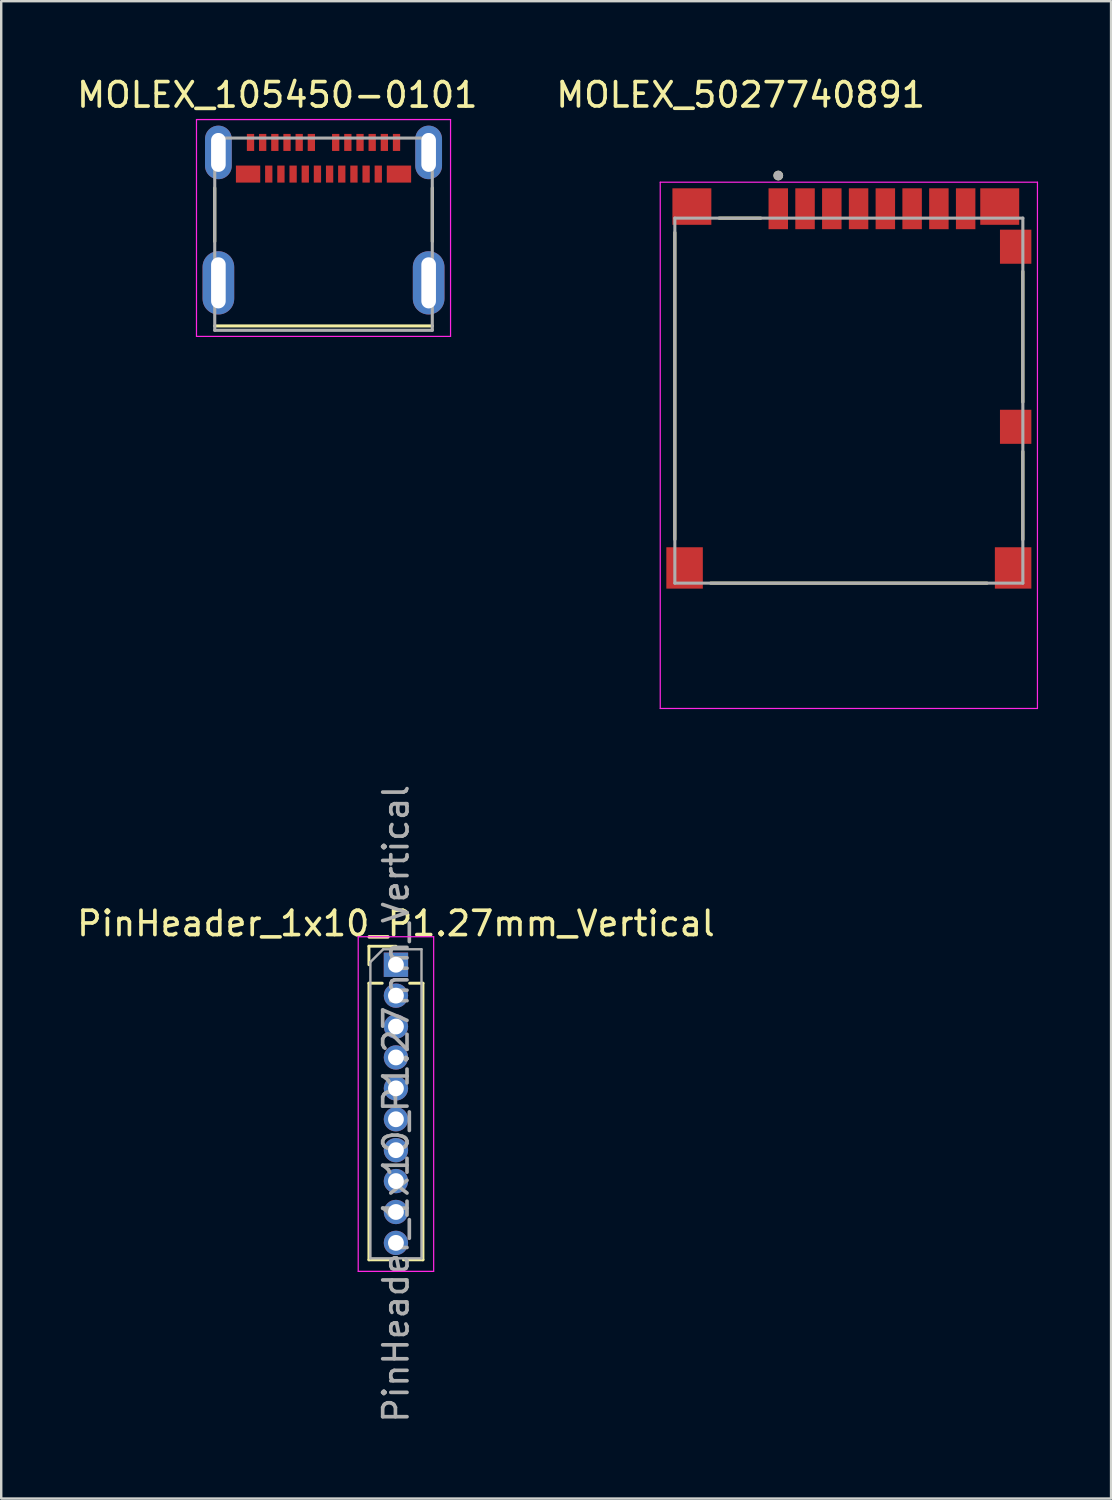
<source format=kicad_pcb>
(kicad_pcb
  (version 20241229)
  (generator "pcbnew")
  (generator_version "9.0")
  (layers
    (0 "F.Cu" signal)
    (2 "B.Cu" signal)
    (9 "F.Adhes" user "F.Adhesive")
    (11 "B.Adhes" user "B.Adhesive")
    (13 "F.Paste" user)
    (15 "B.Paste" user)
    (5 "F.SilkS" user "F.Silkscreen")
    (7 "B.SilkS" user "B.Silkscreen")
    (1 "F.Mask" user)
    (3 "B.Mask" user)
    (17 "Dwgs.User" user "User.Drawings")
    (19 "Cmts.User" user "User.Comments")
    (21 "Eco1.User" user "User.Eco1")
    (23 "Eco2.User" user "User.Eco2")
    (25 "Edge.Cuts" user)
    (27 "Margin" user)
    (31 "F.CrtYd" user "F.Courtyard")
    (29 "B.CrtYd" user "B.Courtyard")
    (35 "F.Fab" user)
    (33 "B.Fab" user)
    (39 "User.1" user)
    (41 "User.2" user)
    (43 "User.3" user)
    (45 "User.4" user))
  (footprint "MOLEX_105450-0101"
    (layer "F.Cu")
    (at 10.244 6.573)
    (property "Reference" "MOLEX_105450-0101" (at -1.899 -5.723 0) (layer "F.SilkS") (effects (font (size 1.004 1.004) (thickness 0.15))))
    (attr smd)
    (fp_line (start -4.47 0.3) (end -4.47 -1.9) (stroke (width 0.127) (type solid)) (layer "F.SilkS"))
    (fp_line (start -4.47 3.77) (end 4.47 3.77) (stroke (width 0.127) (type solid)) (layer "F.SilkS"))
    (fp_line (start 4.47 0.3) (end 4.47 -1.9) (stroke (width 0.127) (type solid)) (layer "F.SilkS"))
    (fp_line (start -5.22 -4.71) (end 5.22 -4.71) (stroke (width 0.05) (type solid)) (layer "F.CrtYd"))
    (fp_line (start -5.22 4.2) (end -5.22 -4.71) (stroke (width 0.05) (type solid)) (layer "F.CrtYd"))
    (fp_line (start 5.22 -4.71) (end 5.22 4.2) (stroke (width 0.05) (type solid)) (layer "F.CrtYd"))
    (fp_line (start 5.22 4.2) (end -5.22 4.2) (stroke (width 0.05) (type solid)) (layer "F.CrtYd"))
    (fp_line (start -4.47 -3.95) (end -4.47 3.95) (stroke (width 0.127) (type solid)) (layer "F.Fab"))
    (fp_line (start -4.47 3.95) (end 4.47 3.95) (stroke (width 0.127) (type solid)) (layer "F.Fab"))
    (fp_line (start 4.47 -3.95) (end -4.47 -3.95) (stroke (width 0.127) (type solid)) (layer "F.Fab"))
    (fp_line (start 4.47 3.95) (end 4.47 -3.95) (stroke (width 0.127) (type solid)) (layer "F.Fab"))
    (pad "A1" smd rect (at -3 -3.77) (size 0.3 0.7) (layers "F.Cu" "F.Mask" "F.Paste"))
    (pad "A2" smd rect (at -2.5 -3.77) (size 0.3 0.7) (layers "F.Cu" "F.Mask" "F.Paste"))
    (pad "A3" smd rect (at -2 -3.77) (size 0.3 0.7) (layers "F.Cu" "F.Mask" "F.Paste"))
    (pad "A4" smd rect (at -1.5 -3.77) (size 0.3 0.7) (layers "F.Cu" "F.Mask" "F.Paste"))
    (pad "A5" smd rect (at -1 -3.77) (size 0.3 0.7) (layers "F.Cu" "F.Mask" "F.Paste"))
    (pad "A6" smd rect (at -0.5 -3.77) (size 0.3 0.7) (layers "F.Cu" "F.Mask" "F.Paste"))
    (pad "A7" smd rect (at 0.5 -3.77) (size 0.3 0.7) (layers "F.Cu" "F.Mask" "F.Paste"))
    (pad "A8" smd rect (at 1 -3.77) (size 0.3 0.7) (layers "F.Cu" "F.Mask" "F.Paste"))
    (pad "A9" smd rect (at 1.5 -3.77) (size 0.3 0.7) (layers "F.Cu" "F.Mask" "F.Paste"))
    (pad "A10" smd rect (at 2 -3.77) (size 0.3 0.7) (layers "F.Cu" "F.Mask" "F.Paste"))
    (pad "A11" smd rect (at 2.5 -3.77) (size 0.3 0.7) (layers "F.Cu" "F.Mask" "F.Paste"))
    (pad "A12" smd rect (at 3 -3.77) (size 0.3 0.7) (layers "F.Cu" "F.Mask" "F.Paste"))
    (pad "B1" smd rect (at 3.1 -2.47) (size 1 0.7) (layers "F.Cu" "F.Mask" "F.Paste"))
    (pad "B2" smd rect (at 2.25 -2.47) (size 0.3 0.7) (layers "F.Cu" "F.Mask" "F.Paste"))
    (pad "B3" smd rect (at 1.75 -2.47) (size 0.3 0.7) (layers "F.Cu" "F.Mask" "F.Paste"))
    (pad "B4" smd rect (at 1.25 -2.47) (size 0.3 0.7) (layers "F.Cu" "F.Mask" "F.Paste"))
    (pad "B5" smd rect (at 0.75 -2.47) (size 0.3 0.7) (layers "F.Cu" "F.Mask" "F.Paste"))
    (pad "B6" smd rect (at 0.25 -2.47) (size 0.3 0.7) (layers "F.Cu" "F.Mask" "F.Paste"))
    (pad "B7" smd rect (at -0.25 -2.47) (size 0.3 0.7) (layers "F.Cu" "F.Mask" "F.Paste"))
    (pad "B8" smd rect (at -0.75 -2.47) (size 0.3 0.7) (layers "F.Cu" "F.Mask" "F.Paste"))
    (pad "B9" smd rect (at -1.25 -2.47) (size 0.3 0.7) (layers "F.Cu" "F.Mask" "F.Paste"))
    (pad "B10" smd rect (at -1.75 -2.47) (size 0.3 0.7) (layers "F.Cu" "F.Mask" "F.Paste"))
    (pad "B11" smd rect (at -2.25 -2.47) (size 0.3 0.7) (layers "F.Cu" "F.Mask" "F.Paste"))
    (pad "B12" smd rect (at -3.1 -2.47) (size 1 0.7) (layers "F.Cu" "F.Mask" "F.Paste"))
    (pad "S1" thru_hole oval (at -4.32 -3.36) (size 1.1 2.2) (drill oval 0.6 1.6) (layers "*.Cu" "*.Mask"))
    (pad "S2" thru_hole oval (at 4.32 -3.36) (size 1.1 2.2) (drill oval 0.6 1.6) (layers "*.Cu" "*.Mask"))
    (pad "S3" thru_hole oval (at -4.32 2) (size 1.3 2.6) (drill oval 0.6 2.1) (layers "*.Cu" "*.Mask"))
    (pad "S4" thru_hole oval (at 4.32 2) (size 1.3 2.6) (drill oval 0.6 2.1) (layers "*.Cu" "*.Mask"))
    (zone (net_name "") (layer "F.Cu") (hatch full 0.508) (connect_pads) (min_thickness 0.01) (filled_areas_thickness no) (keepout (tracks not_allowed) (vias not_allowed) (pads not_allowed) (copperpour not_allowed) (footprints allowed)) (placement (enabled no)) (fill) (polygon (pts (xy 6.743 4.693) (xy 13.744 4.693) (xy 13.744 10.344) (xy 6.743 10.344))))
    (zone (net_name "") (layers "F.Cu" "B.Cu") (hatch full 0.508) (connect_pads) (min_thickness 0.01) (filled_areas_thickness no) (keepout (tracks allowed) (vias not_allowed) (pads allowed) (copperpour allowed) (footprints allowed)) (placement (enabled no)) (fill) (polygon (pts (xy 6.741 4.693) (xy 13.744 4.693) (xy 13.744 10.346) (xy 6.741 10.346)))))
  (footprint "MOLEX_5027740891"
    (layer "F.Cu")
    (at 31.831 12.913)
    (property "Reference" "MOLEX_5027740891" (at -4.445 -12.065 0) (layer "F.SilkS") (effects (font (size 1 1) (thickness 0.15))))
    (attr smd)
    (fp_line (start -7.15 -6.41) (end -7.15 6.205) (stroke (width 0.127) (type solid)) (layer "F.SilkS"))
    (fp_line (start -5.68 8) (end 5.68 8) (stroke (width 0.127) (type solid)) (layer "F.SilkS"))
    (fp_line (start -5.33 -7) (end -3.62 -7) (stroke (width 0.127) (type solid)) (layer "F.SilkS"))
    (fp_line (start 7.15 0.56) (end 7.15 -4.81) (stroke (width 0.127) (type solid)) (layer "F.SilkS"))
    (fp_line (start 7.15 2.59) (end 7.15 6.21) (stroke (width 0.127) (type solid)) (layer "F.SilkS"))
    (fp_circle (center -2.9 -8.75) (end -2.8 -8.75) (stroke (width 0.2) (type solid)) (fill no) (layer "F.SilkS"))
    (fp_line (start -7.75 -8.475) (end -7.75 13.15) (stroke (width 0.05) (type solid)) (layer "F.CrtYd"))
    (fp_line (start -7.75 13.15) (end 7.75 13.15) (stroke (width 0.05) (type solid)) (layer "F.CrtYd"))
    (fp_line (start 7.75 -8.475) (end -7.75 -8.475) (stroke (width 0.05) (type solid)) (layer "F.CrtYd"))
    (fp_line (start 7.75 13.15) (end 7.75 -8.475) (stroke (width 0.05) (type solid)) (layer "F.CrtYd"))
    (fp_line (start -7.15 -7) (end 7.15 -7) (stroke (width 0.127) (type solid)) (layer "F.Fab"))
    (fp_line (start -7.15 8) (end -7.15 -7) (stroke (width 0.127) (type solid)) (layer "F.Fab"))
    (fp_line (start 7.15 -7) (end 7.15 8) (stroke (width 0.127) (type solid)) (layer "F.Fab"))
    (fp_line (start 7.15 8) (end -7.15 8) (stroke (width 0.127) (type solid)) (layer "F.Fab"))
    (fp_circle (center -2.9 -8.75) (end -2.8 -8.75) (stroke (width 0.2) (type solid)) (fill no) (layer "F.Fab"))
    (pad "1" smd rect (at -2.9 -7.385) (size 0.8 1.68) (layers "F.Cu" "F.Mask" "F.Paste"))
    (pad "2" smd rect (at -1.8 -7.385) (size 0.8 1.68) (layers "F.Cu" "F.Mask" "F.Paste"))
    (pad "3" smd rect (at -0.7 -7.385) (size 0.8 1.68) (layers "F.Cu" "F.Mask" "F.Paste"))
    (pad "4" smd rect (at 0.4 -7.385) (size 0.8 1.68) (layers "F.Cu" "F.Mask" "F.Paste"))
    (pad "5" smd rect (at 1.5 -7.385) (size 0.8 1.68) (layers "F.Cu" "F.Mask" "F.Paste"))
    (pad "6" smd rect (at 2.6 -7.385) (size 0.8 1.68) (layers "F.Cu" "F.Mask" "F.Paste"))
    (pad "7" smd rect (at 3.7 -7.385) (size 0.8 1.68) (layers "F.Cu" "F.Mask" "F.Paste"))
    (pad "8" smd rect (at 4.8 -7.385) (size 0.8 1.68) (layers "F.Cu" "F.Mask" "F.Paste"))
    (pad "DN" smd rect (at 6.855 -5.825) (size 1.29 1.4) (layers "F.Cu" "F.Mask" "F.Paste"))
    (pad "SH1" smd rect (at -6.75 7.375) (size 1.5 1.7) (layers "F.Cu" "F.Mask" "F.Paste"))
    (pad "SH2" smd rect (at 6.75 7.375) (size 1.5 1.7) (layers "F.Cu" "F.Mask" "F.Paste"))
    (pad "SH3" smd rect (at 6.2 -7.475) (size 1.6 1.5) (layers "F.Cu" "F.Mask" "F.Paste"))
    (pad "SH4" smd rect (at -6.45 -7.475) (size 1.6 1.5) (layers "F.Cu" "F.Mask" "F.Paste"))
    (pad "SN" smd rect (at 6.855 1.575) (size 1.29 1.4) (layers "F.Cu" "F.Mask" "F.Paste")))
  (footprint "PinHeader_1x10_P1.27mm_Vertical"
    (layer "F.Cu")
    (at 13.22 36.593)
    (property "Reference" "PinHeader_1x10_P1.27mm_Vertical" (at 0 -1.695 0) (layer "F.SilkS") (effects (font (size 1 1) (thickness 0.15))))
    (attr through_hole)
    (fp_line (start -1.11 -0.76) (end 0 -0.76) (stroke (width 0.12) (type solid)) (layer "F.SilkS"))
    (fp_line (start -1.11 0) (end -1.11 -0.76) (stroke (width 0.12) (type solid)) (layer "F.SilkS"))
    (fp_line (start -1.11 0.76) (end -1.11 12.125) (stroke (width 0.12) (type solid)) (layer "F.SilkS"))
    (fp_line (start -1.11 0.76) (end -0.563 0.76) (stroke (width 0.12) (type solid)) (layer "F.SilkS"))
    (fp_line (start -1.11 12.125) (end -0.308 12.125) (stroke (width 0.12) (type solid)) (layer "F.SilkS"))
    (fp_line (start 0.308 12.125) (end 1.11 12.125) (stroke (width 0.12) (type solid)) (layer "F.SilkS"))
    (fp_line (start 0.563 0.76) (end 1.11 0.76) (stroke (width 0.12) (type solid)) (layer "F.SilkS"))
    (fp_line (start 1.11 0.76) (end 1.11 12.125) (stroke (width 0.12) (type solid)) (layer "F.SilkS"))
    (fp_line (start -1.55 -1.15) (end -1.55 12.6) (stroke (width 0.05) (type solid)) (layer "F.CrtYd"))
    (fp_line (start -1.55 12.6) (end 1.55 12.6) (stroke (width 0.05) (type solid)) (layer "F.CrtYd"))
    (fp_line (start 1.55 -1.15) (end -1.55 -1.15) (stroke (width 0.05) (type solid)) (layer "F.CrtYd"))
    (fp_line (start 1.55 12.6) (end 1.55 -1.15) (stroke (width 0.05) (type solid)) (layer "F.CrtYd"))
    (fp_line (start -1.05 -0.11) (end -0.525 -0.635) (stroke (width 0.1) (type solid)) (layer "F.Fab"))
    (fp_line (start -1.05 12.065) (end -1.05 -0.11) (stroke (width 0.1) (type solid)) (layer "F.Fab"))
    (fp_line (start -0.525 -0.635) (end 1.05 -0.635) (stroke (width 0.1) (type solid)) (layer "F.Fab"))
    (fp_line (start 1.05 -0.635) (end 1.05 12.065) (stroke (width 0.1) (type solid)) (layer "F.Fab"))
    (fp_line (start 1.05 12.065) (end -1.05 12.065) (stroke (width 0.1) (type solid)) (layer "F.Fab"))
    (fp_text user "${REFERENCE}" (at 0 5.715 90) (layer "F.Fab") (effects (font (size 1 1) (thickness 0.15))))
    (pad "1" thru_hole rect (at 0 0) (size 1 1) (drill 0.65) (layers "*.Cu" "*.Mask"))
    (pad "2" thru_hole oval (at 0 1.27) (size 1 1) (drill 0.65) (layers "*.Cu" "*.Mask"))
    (pad "3" thru_hole oval (at 0 2.54) (size 1 1) (drill 0.65) (layers "*.Cu" "*.Mask"))
    (pad "4" thru_hole oval (at 0 3.81) (size 1 1) (drill 0.65) (layers "*.Cu" "*.Mask"))
    (pad "5" thru_hole oval (at 0 5.08) (size 1 1) (drill 0.65) (layers "*.Cu" "*.Mask"))
    (pad "6" thru_hole oval (at 0 6.35) (size 1 1) (drill 0.65) (layers "*.Cu" "*.Mask"))
    (pad "7" thru_hole oval (at 0 7.62) (size 1 1) (drill 0.65) (layers "*.Cu" "*.Mask"))
    (pad "8" thru_hole oval (at 0 8.89) (size 1 1) (drill 0.65) (layers "*.Cu" "*.Mask"))
    (pad "9" thru_hole oval (at 0 10.16) (size 1 1) (drill 0.65) (layers "*.Cu" "*.Mask"))
    (pad "10" thru_hole oval (at 0 11.43) (size 1 1) (drill 0.65) (layers "*.Cu" "*.Mask")))
  (gr_rect
    (start -3 -3)
    (end 42.606 58.529)
    (stroke (width 0.1) (type default))
    (fill no)
    (layer "Edge.Cuts")))
</source>
